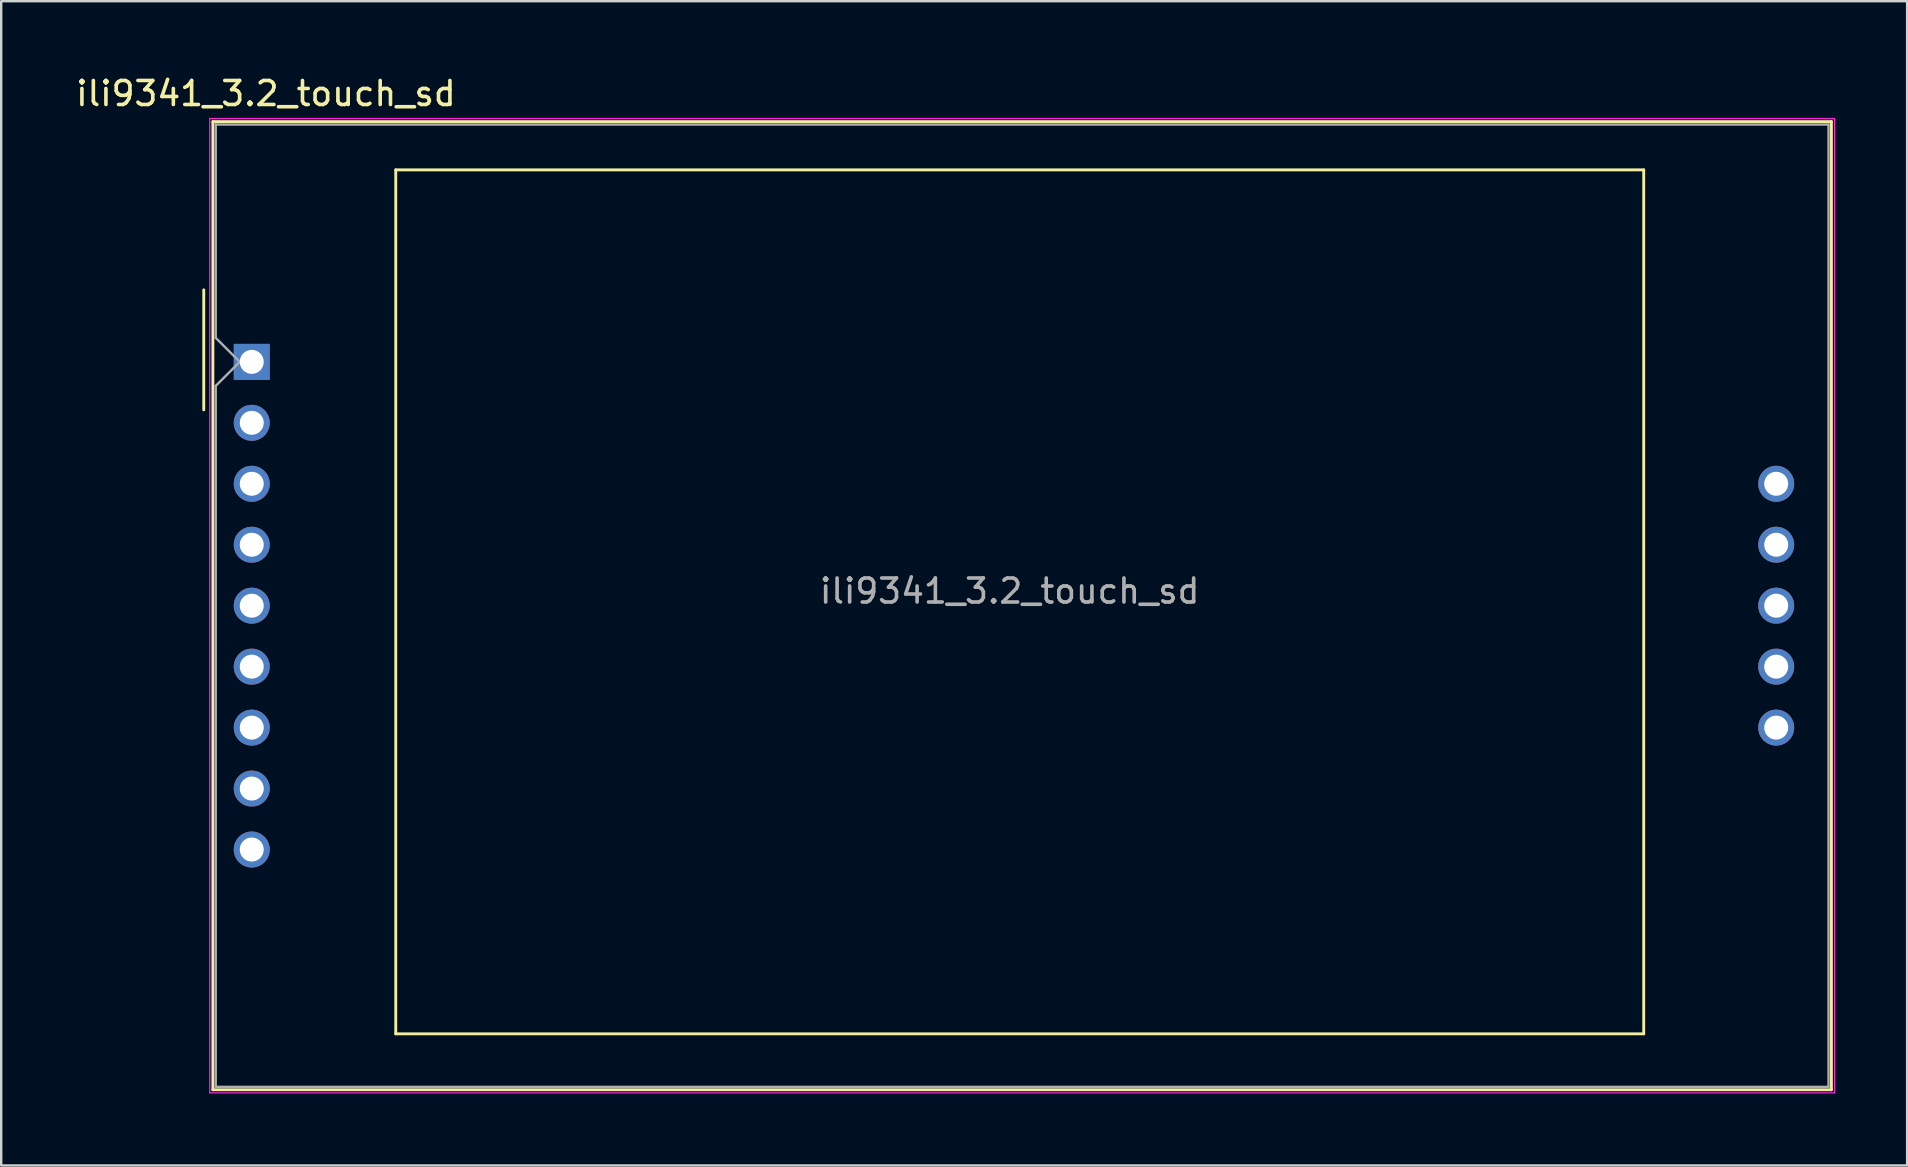
<source format=kicad_pcb>
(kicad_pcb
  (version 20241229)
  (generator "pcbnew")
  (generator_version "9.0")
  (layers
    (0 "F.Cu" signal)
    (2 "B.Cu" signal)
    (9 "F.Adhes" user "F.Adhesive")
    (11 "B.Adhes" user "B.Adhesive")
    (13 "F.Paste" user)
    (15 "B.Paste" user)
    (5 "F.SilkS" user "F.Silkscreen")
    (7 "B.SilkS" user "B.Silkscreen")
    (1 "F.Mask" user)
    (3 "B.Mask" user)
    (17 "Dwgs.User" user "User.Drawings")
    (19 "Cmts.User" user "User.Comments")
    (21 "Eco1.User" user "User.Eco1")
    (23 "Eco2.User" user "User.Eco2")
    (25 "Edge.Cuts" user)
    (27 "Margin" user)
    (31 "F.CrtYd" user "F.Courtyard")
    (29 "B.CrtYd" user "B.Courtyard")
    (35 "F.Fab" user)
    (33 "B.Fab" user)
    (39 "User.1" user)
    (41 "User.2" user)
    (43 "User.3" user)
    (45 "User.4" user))
  (footprint "ili9341_3.2_touch_sd"
    (layer "F.Cu")
    (at 7.44 12.028)
    (property "Reference" "ili9341_3.2_touch_sd" (at 0.59 -11.18 0) (layer "F.SilkS") (effects (font (size 1 1) (thickness 0.15))))
    (attr through_hole)
    (fp_line (start -2 -3) (end -2 2) (stroke (width 0.12) (type solid)) (layer "F.SilkS"))
    (fp_line (start -1.62 -10.01) (end 65.82 -10.01) (stroke (width 0.12) (type solid)) (layer "F.SilkS"))
    (fp_line (start -1.62 30.33) (end -1.62 -10.01) (stroke (width 0.12) (type solid)) (layer "F.SilkS"))
    (fp_line (start 6 -8) (end 58 -8) (stroke (width 0.12) (type solid)) (layer "F.SilkS"))
    (fp_line (start 6 28) (end 6 -8) (stroke (width 0.12) (type solid)) (layer "F.SilkS"))
    (fp_line (start 58 -8) (end 58 28) (stroke (width 0.12) (type solid)) (layer "F.SilkS"))
    (fp_line (start 58 28) (end 6 28) (stroke (width 0.12) (type solid)) (layer "F.SilkS"))
    (fp_line (start 65.82 -10.01) (end 65.82 30.33) (stroke (width 0.12) (type solid)) (layer "F.SilkS"))
    (fp_line (start 65.82 30.33) (end -1.62 30.33) (stroke (width 0.12) (type solid)) (layer "F.SilkS"))
    (fp_line (start -1.75 -10.14) (end 65.95 -10.14) (stroke (width 0.05) (type solid)) (layer "F.CrtYd"))
    (fp_line (start -1.75 30.46) (end -1.75 -10.14) (stroke (width 0.05) (type solid)) (layer "F.CrtYd"))
    (fp_line (start 65.95 -10.14) (end 65.95 30.46) (stroke (width 0.05) (type solid)) (layer "F.CrtYd"))
    (fp_line (start 65.95 30.46) (end -1.75 30.46) (stroke (width 0.05) (type solid)) (layer "F.CrtYd"))
    (fp_line (start -1.5 -9.89) (end 65.7 -9.89) (stroke (width 0.1) (type solid)) (layer "F.Fab"))
    (fp_line (start -1.5 -1) (end -1.5 -9.89) (stroke (width 0.1) (type solid)) (layer "F.Fab"))
    (fp_line (start -1.5 1) (end -0.5 0) (stroke (width 0.1) (type solid)) (layer "F.Fab"))
    (fp_line (start -1.5 30.21) (end -1.5 1) (stroke (width 0.1) (type solid)) (layer "F.Fab"))
    (fp_line (start -0.5 0) (end -1.5 -1) (stroke (width 0.1) (type solid)) (layer "F.Fab"))
    (fp_line (start 65.7 -9.89) (end 65.7 30.21) (stroke (width 0.1) (type solid)) (layer "F.Fab"))
    (fp_line (start 65.7 30.21) (end -1.5 30.21) (stroke (width 0.1) (type solid)) (layer "F.Fab"))
    (fp_text user "${REFERENCE}" (at 31.58 9.55 0) (layer "F.Fab") (effects (font (size 1 1) (thickness 0.15))))
    (pad "1" thru_hole rect (at 0 0) (size 1.5 1.5) (drill 1) (layers "*.Cu" "*.Mask"))
    (pad "2" thru_hole circle (at 0 2.54) (size 1.5 1.5) (drill 1) (layers "*.Cu" "*.Mask"))
    (pad "3" thru_hole circle (at 0 5.08) (size 1.5 1.5) (drill 1) (layers "*.Cu" "*.Mask"))
    (pad "4" thru_hole circle (at 0 7.62) (size 1.5 1.5) (drill 1) (layers "*.Cu" "*.Mask"))
    (pad "5" thru_hole circle (at 0 10.16) (size 1.5 1.5) (drill 1) (layers "*.Cu" "*.Mask"))
    (pad "6" thru_hole circle (at 0 12.7) (size 1.5 1.5) (drill 1) (layers "*.Cu" "*.Mask"))
    (pad "7" thru_hole circle (at 0 15.24) (size 1.5 1.5) (drill 1) (layers "*.Cu" "*.Mask"))
    (pad "8" thru_hole circle (at 0 17.78) (size 1.5 1.5) (drill 1) (layers "*.Cu" "*.Mask"))
    (pad "9" thru_hole circle (at 0 20.32) (size 1.5 1.5) (drill 1) (layers "*.Cu" "*.Mask"))
    (pad "10" thru_hole circle (at 63.52 5.08) (size 1.5 1.5) (drill 1) (layers "*.Cu" "*.Mask"))
    (pad "11" thru_hole circle (at 63.52 7.62) (size 1.5 1.5) (drill 1) (layers "*.Cu" "*.Mask"))
    (pad "12" thru_hole circle (at 63.52 10.16) (size 1.5 1.5) (drill 1) (layers "*.Cu" "*.Mask"))
    (pad "13" thru_hole circle (at 63.52 12.7) (size 1.5 1.5) (drill 1) (layers "*.Cu" "*.Mask"))
    (pad "14" thru_hole circle (at 63.52 15.24) (size 1.5 1.5) (drill 1) (layers "*.Cu" "*.Mask")))
  (gr_rect
    (start -3 -3)
    (end 76.415 45.513)
    (stroke (width 0.1) (type default))
    (fill no)
    (layer "Edge.Cuts")))
</source>
